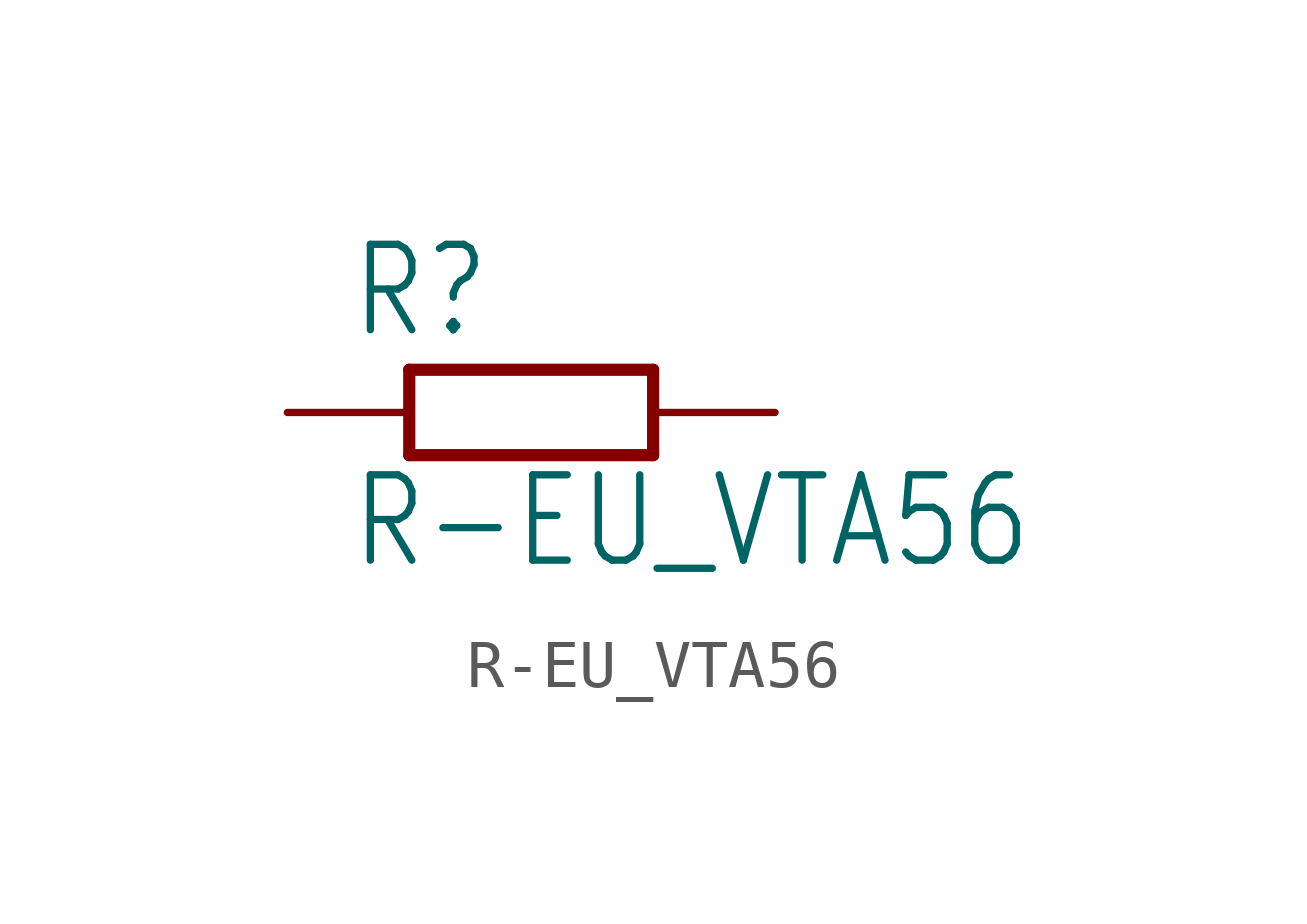
<source format=kicad_sym>
(kicad_symbol_lib
  (version 20220331)
  (generator kicad_symbol_editor)
  (symbol "R-EU_VTA56"
    (property "Reference" "R"
      (at -3.81 1.499 0)
      (effects (font (size 1.778 1.511)) (justify left bottom)))
    (property "Value" "R-EU_VTA56"
      (at -3.81 -3.302 0)
      (effects (font (size 1.778 1.511)) (justify left bottom)))
    (property "ki_locked" ""
      (at 0 0 0)
      (effects (font (size 1.27 1.27))))
    (symbol "R-EU_VTA56_1_0"
      (polyline (pts (xy -2.54 -0.889) (xy -2.54 0.889)) (stroke (width 0.254) (type solid)) (fill (type none)))
      (polyline (pts (xy -2.54 -0.889) (xy 2.54 -0.889)) (stroke (width 0.254) (type solid)) (fill (type none)))
      (polyline (pts (xy 2.54 -0.889) (xy 2.54 0.889)) (stroke (width 0.254) (type solid)) (fill (type none)))
      (polyline (pts (xy 2.54 0.889) (xy -2.54 0.889)) (stroke (width 0.254) (type solid)) (fill (type none)))
      (pin passive line (at -5.08 0 0) (length 2.54) (name "1" (effects (font (size 0 0)))) (number "1" (effects (font (size 0 0)))))
      (pin passive line (at 5.08 0 180) (length 2.54) (name "2" (effects (font (size 0 0)))) (number "2" (effects (font (size 0 0))))))))
</source>
